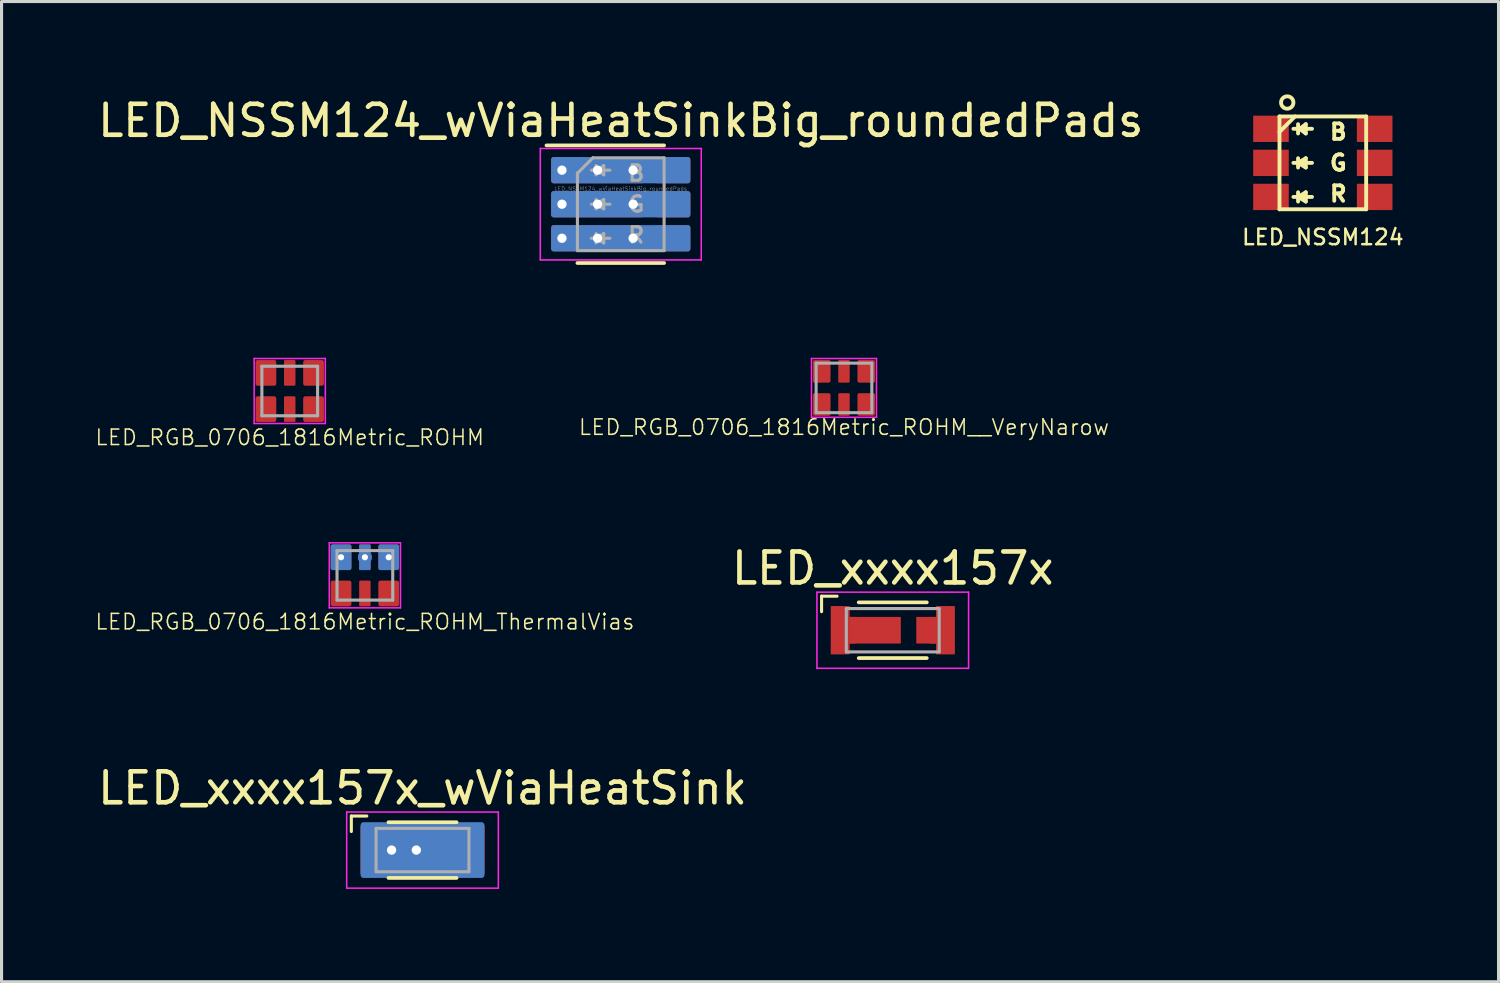
<source format=kicad_pcb>
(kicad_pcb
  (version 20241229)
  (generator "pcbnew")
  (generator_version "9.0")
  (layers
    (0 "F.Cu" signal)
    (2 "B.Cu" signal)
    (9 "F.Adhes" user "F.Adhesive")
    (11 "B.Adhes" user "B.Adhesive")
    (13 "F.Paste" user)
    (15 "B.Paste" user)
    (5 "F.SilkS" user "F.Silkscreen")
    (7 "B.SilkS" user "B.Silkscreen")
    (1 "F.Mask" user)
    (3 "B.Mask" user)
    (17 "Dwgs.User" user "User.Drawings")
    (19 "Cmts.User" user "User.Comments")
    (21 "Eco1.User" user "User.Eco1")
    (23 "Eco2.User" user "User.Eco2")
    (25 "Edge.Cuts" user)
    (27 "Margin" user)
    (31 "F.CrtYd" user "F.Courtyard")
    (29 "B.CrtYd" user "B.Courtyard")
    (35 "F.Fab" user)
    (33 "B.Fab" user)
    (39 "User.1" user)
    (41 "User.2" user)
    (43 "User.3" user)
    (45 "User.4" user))
  (footprint "LED_xxxx157x_wViaHeatSink"
    (layer "F.Cu")
    (at 10.601 24.415)
    (property "Reference" "LED_xxxx157x_wViaHeatSink" (at 0 -2 0) (layer "F.SilkS") (effects (font (size 1 1) (thickness 0.15))))
    (attr smd)
    (fp_line (start -2.3 -1.1) (end -2.3 -0.6) (stroke (width 0.1) (type solid)) (layer "F.SilkS"))
    (fp_line (start -1.8 -1.1) (end -2.3 -1.1) (stroke (width 0.1) (type solid)) (layer "F.SilkS"))
    (fp_line (start -1.1 -0.9) (end 1.1 -0.9) (stroke (width 0.12) (type solid)) (layer "F.SilkS"))
    (fp_line (start 1.1 0.9) (end -1.1 0.9) (stroke (width 0.12) (type solid)) (layer "F.SilkS"))
    (fp_line (start -2.45 -1.23) (end 2.45 -1.23) (stroke (width 0.05) (type solid)) (layer "F.CrtYd"))
    (fp_line (start -2.45 1.23) (end -2.45 -1.23) (stroke (width 0.05) (type solid)) (layer "F.CrtYd"))
    (fp_line (start 2.45 -1.23) (end 2.45 1.23) (stroke (width 0.05) (type solid)) (layer "F.CrtYd"))
    (fp_line (start 2.45 1.23) (end -2.45 1.23) (stroke (width 0.05) (type solid)) (layer "F.CrtYd"))
    (fp_line (start -1.5 -0.7) (end -1.5 0.7) (stroke (width 0.1) (type solid)) (layer "F.Fab"))
    (fp_line (start -1.5 0.7) (end 1.5 0.7) (stroke (width 0.1) (type solid)) (layer "F.Fab"))
    (fp_line (start 1.5 -0.7) (end -1.5 -0.7) (stroke (width 0.1) (type solid)) (layer "F.Fab"))
    (fp_line (start 1.5 0.7) (end 1.5 -0.7) (stroke (width 0.1) (type solid)) (layer "F.Fab"))
    (pad "" smd rect (at -1.3 0) (size 0.2 0.86) (layers "F.Paste"))
    (pad "" smd rect (at -0.52 0) (size 1.36 0.66) (layers "F.Paste"))
    (pad "" smd rect (at 1.03 0) (size 0.34 0.66) (layers "F.Paste"))
    (pad "" smd rect (at 1.3 0) (size 0.2 0.86) (layers "F.Paste"))
    (pad "1" smd rect (at -1.7 0) (size 0.6 1.55) (layers "F.Cu" "F.Mask"))
    (pad "1" smd rect (at -1.7 0) (size 0.6 1.55) (layers "F.Cu" "F.Paste"))
    (pad "1" thru_hole circle (at -1 0) (size 0.3 0.3) (drill 0.3) (layers "*.Cu"))
    (pad "1" smd rect (at -0.57 0) (size 1.66 0.86) (layers "F.Cu" "F.Mask"))
    (pad "1" thru_hole circle (at -0.2 0) (size 0.3 0.3) (drill 0.3) (layers "*.Cu"))
    (pad "1" smd roundrect (at 0 0) (size 4 1.8) (layers "B.Cu") (roundrect_rratio 0.05))
    (pad "2" smd rect (at 1.08 0) (size 0.64 0.86) (layers "F.Cu" "F.Mask"))
    (pad "2" smd rect (at 1.7 0) (size 0.6 1.55) (layers "F.Cu" "F.Mask"))
    (pad "2" smd rect (at 1.7 0) (size 0.6 1.55) (layers "F.Cu" "F.Paste")))
  (footprint "LED_RGB_0706_1816Metric_ROHM__VeryNarow"
    (layer "F.Cu")
    (at 24.218 9.483)
    (property "Reference" "LED_RGB_0706_1816Metric_ROHM__VeryNarow" (at 0 1.27 0) (layer "F.SilkS") (effects (font (size 0.5 0.5) (thickness 0.05))))
    (attr through_hole)
    (fp_line (start -1.05 -0.95) (end 1.05 -0.95) (stroke (width 0.05) (type solid)) (layer "F.CrtYd"))
    (fp_line (start -1.05 0.95) (end -1.05 -0.95) (stroke (width 0.05) (type solid)) (layer "F.CrtYd"))
    (fp_line (start 1.05 -0.95) (end 1.05 0.95) (stroke (width 0.05) (type solid)) (layer "F.CrtYd"))
    (fp_line (start 1.05 0.95) (end -1.05 0.95) (stroke (width 0.05) (type solid)) (layer "F.CrtYd"))
    (fp_line (start -0.9 -0.8) (end 0.9 -0.8) (stroke (width 0.1) (type solid)) (layer "F.Fab"))
    (fp_line (start -0.9 0.8) (end -0.9 -0.8) (stroke (width 0.1) (type solid)) (layer "F.Fab"))
    (fp_line (start 0.9 -0.8) (end 0.9 0.8) (stroke (width 0.1) (type solid)) (layer "F.Fab"))
    (fp_line (start 0.9 0.8) (end -0.9 0.8) (stroke (width 0.1) (type solid)) (layer "F.Fab"))
    (pad "1" smd roundrect (at -0.72 -0.535) (size 0.57 0.73) (layers "F.Cu" "F.Mask" "F.Paste") (roundrect_rratio 0.1))
    (pad "2" smd roundrect (at 0 -0.535) (size 0.37 0.73) (layers "F.Cu" "F.Mask" "F.Paste") (roundrect_rratio 0.1))
    (pad "3" smd roundrect (at 0.72 -0.535) (size 0.57 0.73) (layers "F.Cu" "F.Mask" "F.Paste") (roundrect_rratio 0.1))
    (pad "4" smd roundrect (at -0.72 0.535) (size 0.57 0.73) (layers "F.Cu" "F.Mask" "F.Paste") (roundrect_rratio 0.1))
    (pad "5" smd roundrect (at 0 0.535) (size 0.37 0.73) (layers "F.Cu" "F.Mask" "F.Paste") (roundrect_rratio 0.1))
    (pad "6" smd roundrect (at 0.72 0.535) (size 0.57 0.73) (layers "F.Cu" "F.Mask" "F.Paste") (roundrect_rratio 0.1)))
  (footprint "LED_NSSM124_wViaHeatSinkBig_roundedPads"
    (layer "F.Cu")
    (at 17.006 3.548)
    (property "Reference" "LED_NSSM124_wViaHeatSinkBig_roundedPads" (at 0 -2.7 0) (layer "F.SilkS") (effects (font (size 1 1) (thickness 0.15))))
    (attr smd)
    (fp_line (start 1.4 -1.9) (end -2.4 -1.9) (stroke (width 0.12) (type solid)) (layer "F.SilkS"))
    (fp_line (start 1.4 1.9) (end -1.4 1.9) (stroke (width 0.12) (type solid)) (layer "F.SilkS"))
    (fp_line (start -2.6 -1.8) (end 2.6 -1.8) (stroke (width 0.05) (type solid)) (layer "F.CrtYd"))
    (fp_line (start -2.6 1.8) (end -2.6 -1.8) (stroke (width 0.05) (type solid)) (layer "F.CrtYd"))
    (fp_line (start 2.6 -1.8) (end 2.6 1.8) (stroke (width 0.05) (type solid)) (layer "F.CrtYd"))
    (fp_line (start 2.6 1.8) (end -2.6 1.8) (stroke (width 0.05) (type solid)) (layer "F.CrtYd"))
    (fp_line (start -1.4 1.5) (end -1.4 -1) (stroke (width 0.1) (type solid)) (layer "F.Fab"))
    (fp_line (start -0.95 -1.1) (end -0.85 -1.1) (stroke (width 0.1) (type solid)) (layer "F.Fab"))
    (fp_line (start -0.95 0) (end -0.8 0) (stroke (width 0.1) (type solid)) (layer "F.Fab"))
    (fp_line (start -0.95 1.1) (end -0.8 1.1) (stroke (width 0.1) (type solid)) (layer "F.Fab"))
    (fp_line (start -0.9 -1.5) (end -1.4 -1) (stroke (width 0.1) (type solid)) (layer "F.Fab"))
    (fp_line (start -0.9 -1.5) (end 1.4 -1.5) (stroke (width 0.1) (type solid)) (layer "F.Fab"))
    (fp_line (start -0.8 -1.25) (end -0.8 -0.95) (stroke (width 0.1) (type solid)) (layer "F.Fab"))
    (fp_line (start -0.8 -0.15) (end -0.8 0.15) (stroke (width 0.1) (type solid)) (layer "F.Fab"))
    (fp_line (start -0.8 0) (end -0.55 -0.15) (stroke (width 0.1) (type solid)) (layer "F.Fab"))
    (fp_line (start -0.8 0) (end -0.35 0) (stroke (width 0.1) (type solid)) (layer "F.Fab"))
    (fp_line (start -0.8 0.95) (end -0.8 1.25) (stroke (width 0.1) (type solid)) (layer "F.Fab"))
    (fp_line (start -0.8 1.1) (end -0.55 0.95) (stroke (width 0.1) (type solid)) (layer "F.Fab"))
    (fp_line (start -0.8 1.1) (end -0.35 1.1) (stroke (width 0.1) (type solid)) (layer "F.Fab"))
    (fp_line (start -0.75 -1.1) (end -0.55 -1.25) (stroke (width 0.1) (type solid)) (layer "F.Fab"))
    (fp_line (start -0.75 -1.1) (end -0.35 -1.1) (stroke (width 0.1) (type solid)) (layer "F.Fab"))
    (fp_line (start -0.55 -1.25) (end -0.55 -0.95) (stroke (width 0.1) (type solid)) (layer "F.Fab"))
    (fp_line (start -0.55 -0.95) (end -0.75 -1.1) (stroke (width 0.1) (type solid)) (layer "F.Fab"))
    (fp_line (start -0.55 -0.15) (end -0.55 0.15) (stroke (width 0.1) (type solid)) (layer "F.Fab"))
    (fp_line (start -0.55 0.15) (end -0.8 0) (stroke (width 0.1) (type solid)) (layer "F.Fab"))
    (fp_line (start -0.55 0.95) (end -0.55 1.25) (stroke (width 0.1) (type solid)) (layer "F.Fab"))
    (fp_line (start -0.55 1.25) (end -0.8 1.1) (stroke (width 0.1) (type solid)) (layer "F.Fab"))
    (fp_line (start 1.4 -1.5) (end 1.4 1.5) (stroke (width 0.1) (type solid)) (layer "F.Fab"))
    (fp_line (start 1.4 1.5) (end -1.4 1.5) (stroke (width 0.1) (type solid)) (layer "F.Fab"))
    (fp_text user "G" (at 0.5 0 0) (layer "F.Fab") (effects (font (size 0.5 0.5) (thickness 0.1))))
    (fp_text user "B" (at 0.5 -1 0) (layer "F.Fab") (effects (font (size 0.5 0.5) (thickness 0.1))))
    (fp_text user "R" (at 0.5 1 0) (layer "F.Fab") (effects (font (size 0.5 0.5) (thickness 0.1))))
    (fp_text user "${REFERENCE}" (at 0 -0.5 0) (layer "F.Fab") (effects (font (size 0.127 0.127) (thickness 0.01))))
    (pad "" smd roundrect (at -1.675 -1.1) (size 1.15 0.85) (layers "F.Mask" "F.Paste") (roundrect_rratio 0.1))
    (pad "" smd roundrect (at -1.675 0) (size 1.15 0.85) (layers "F.Mask" "F.Paste") (roundrect_rratio 0.1))
    (pad "" smd roundrect (at -1.675 1.1) (size 1.15 0.85) (layers "F.Mask" "F.Paste") (roundrect_rratio 0.1))
    (pad "1" thru_hole circle (at -1.9 -1.1) (size 0.3 0.3) (drill 0.3) (layers "*.Cu"))
    (pad "1" thru_hole circle (at -0.75 -1.1) (size 0.3 0.3) (drill 0.3) (layers "*.Cu"))
    (pad "1" smd roundrect (at -0.75 -1.1) (size 3 0.85) (layers "F.Cu") (roundrect_rratio 0.1))
    (pad "1" smd roundrect (at 0 -1.1) (size 4.5 0.85) (layers "B.Cu") (roundrect_rratio 0.1))
    (pad "1" thru_hole circle (at 0.4 -1.1) (size 0.3 0.3) (drill 0.3) (layers "*.Cu"))
    (pad "2" thru_hole circle (at -1.9 0) (size 0.3 0.3) (drill 0.3) (layers "*.Cu"))
    (pad "2" thru_hole circle (at -0.75 0) (size 0.3 0.3) (drill 0.3) (layers "*.Cu"))
    (pad "2" smd roundrect (at -0.75 0) (size 3 0.85) (layers "F.Cu") (roundrect_rratio 0.1))
    (pad "2" smd roundrect (at 0 0) (size 4.5 0.85) (layers "B.Cu") (roundrect_rratio 0.1))
    (pad "2" thru_hole circle (at 0.4 0) (size 0.3 0.3) (drill 0.3) (layers "*.Cu"))
    (pad "3" thru_hole circle (at -1.9 1.1) (size 0.3 0.3) (drill 0.3) (layers "*.Cu"))
    (pad "3" thru_hole circle (at -0.75 1.1) (size 0.3 0.3) (drill 0.3) (layers "*.Cu"))
    (pad "3" smd roundrect (at -0.75 1.1) (size 3 0.85) (layers "F.Cu") (roundrect_rratio 0.1))
    (pad "3" smd roundrect (at 0 1.1) (size 4.5 0.85) (layers "B.Cu") (roundrect_rratio 0.1))
    (pad "3" thru_hole circle (at 0.4 1.1) (size 0.3 0.3) (drill 0.3) (layers "*.Cu"))
    (pad "4" smd roundrect (at 1.675 1.1) (size 1.15 0.85) (layers "F.Cu" "F.Mask" "F.Paste") (roundrect_rratio 0.1))
    (pad "5" smd roundrect (at 1.675 0) (size 1.15 0.85) (layers "F.Cu" "F.Mask" "F.Paste") (roundrect_rratio 0.1))
    (pad "6" smd roundrect (at 1.675 -1.1) (size 1.15 0.85) (layers "F.Cu" "F.Mask" "F.Paste") (roundrect_rratio 0.1)))
  (footprint "LED_RGB_0706_1816Metric_ROHM"
    (layer "F.Cu")
    (at 6.311 9.583)
    (property "Reference" "LED_RGB_0706_1816Metric_ROHM" (at 0 1.5 0) (layer "F.SilkS") (effects (font (size 0.5 0.5) (thickness 0.05))))
    (attr through_hole)
    (fp_line (start -1.15 -1.05) (end 1.15 -1.05) (stroke (width 0.05) (type solid)) (layer "F.CrtYd"))
    (fp_line (start -1.15 1.05) (end -1.15 -1.05) (stroke (width 0.05) (type solid)) (layer "F.CrtYd"))
    (fp_line (start 1.15 -1.05) (end 1.15 1.05) (stroke (width 0.05) (type solid)) (layer "F.CrtYd"))
    (fp_line (start 1.15 1.05) (end -1.15 1.05) (stroke (width 0.05) (type solid)) (layer "F.CrtYd"))
    (fp_line (start -0.9 -0.8) (end 0.9 -0.8) (stroke (width 0.1) (type solid)) (layer "F.Fab"))
    (fp_line (start -0.9 0.8) (end -0.9 -0.8) (stroke (width 0.1) (type solid)) (layer "F.Fab"))
    (fp_line (start 0.9 -0.8) (end 0.9 0.8) (stroke (width 0.1) (type solid)) (layer "F.Fab"))
    (fp_line (start 0.9 0.8) (end -0.9 0.8) (stroke (width 0.1) (type solid)) (layer "F.Fab"))
    (pad "1" smd roundrect (at -0.77 -0.585) (size 0.67 0.83) (layers "F.Cu" "F.Mask" "F.Paste") (roundrect_rratio 0.1))
    (pad "2" smd roundrect (at 0 -0.585) (size 0.37 0.83) (layers "F.Cu" "F.Mask" "F.Paste") (roundrect_rratio 0.1))
    (pad "3" smd roundrect (at 0.77 -0.585) (size 0.67 0.83) (layers "F.Cu" "F.Mask" "F.Paste") (roundrect_rratio 0.1))
    (pad "4" smd roundrect (at -0.77 0.585) (size 0.67 0.83) (layers "F.Cu" "F.Mask" "F.Paste") (roundrect_rratio 0.1))
    (pad "5" smd roundrect (at 0 0.585) (size 0.37 0.83) (layers "F.Cu" "F.Mask" "F.Paste") (roundrect_rratio 0.1))
    (pad "6" smd roundrect (at 0.77 0.585) (size 0.67 0.83) (layers "F.Cu" "F.Mask" "F.Paste") (roundrect_rratio 0.1)))
  (footprint "LED_NSSM124"
    (layer "F.Cu")
    (at 39.689 2.212)
    (property "Reference" "LED_NSSM124" (at 0 2.4 0) (layer "F.SilkS") (effects (font (size 0.5 0.5) (thickness 0.08))))
    (attr smd)
    (fp_line (start -1.4 -1.5) (end 1.4 -1.5) (stroke (width 0.125) (type solid)) (layer "F.SilkS"))
    (fp_line (start -1.4 1.5) (end -1.4 -1.5) (stroke (width 0.125) (type solid)) (layer "F.SilkS"))
    (fp_line (start -0.95 -1.1) (end -0.85 -1.1) (stroke (width 0.125) (type solid)) (layer "F.SilkS"))
    (fp_line (start -0.95 0) (end -0.8 0) (stroke (width 0.125) (type solid)) (layer "F.SilkS"))
    (fp_line (start -0.95 1.1) (end -0.8 1.1) (stroke (width 0.125) (type solid)) (layer "F.SilkS"))
    (fp_line (start -0.9 -1.5) (end -1.4 -1) (stroke (width 0.125) (type solid)) (layer "F.SilkS"))
    (fp_line (start -0.8 -1.25) (end -0.8 -0.95) (stroke (width 0.125) (type solid)) (layer "F.SilkS"))
    (fp_line (start -0.8 -0.15) (end -0.8 0.15) (stroke (width 0.125) (type solid)) (layer "F.SilkS"))
    (fp_line (start -0.8 0) (end -0.55 -0.15) (stroke (width 0.125) (type solid)) (layer "F.SilkS"))
    (fp_line (start -0.8 0) (end -0.35 0) (stroke (width 0.125) (type solid)) (layer "F.SilkS"))
    (fp_line (start -0.8 0.95) (end -0.8 1.25) (stroke (width 0.125) (type solid)) (layer "F.SilkS"))
    (fp_line (start -0.8 1.1) (end -0.55 0.95) (stroke (width 0.125) (type solid)) (layer "F.SilkS"))
    (fp_line (start -0.8 1.1) (end -0.35 1.1) (stroke (width 0.125) (type solid)) (layer "F.SilkS"))
    (fp_line (start -0.75 -1.1) (end -0.55 -1.25) (stroke (width 0.125) (type solid)) (layer "F.SilkS"))
    (fp_line (start -0.75 -1.1) (end -0.35 -1.1) (stroke (width 0.125) (type solid)) (layer "F.SilkS"))
    (fp_line (start -0.55 -1.25) (end -0.55 -0.95) (stroke (width 0.125) (type solid)) (layer "F.SilkS"))
    (fp_line (start -0.55 -0.95) (end -0.75 -1.1) (stroke (width 0.125) (type solid)) (layer "F.SilkS"))
    (fp_line (start -0.55 -0.15) (end -0.55 0.15) (stroke (width 0.125) (type solid)) (layer "F.SilkS"))
    (fp_line (start -0.55 0.15) (end -0.8 0) (stroke (width 0.125) (type solid)) (layer "F.SilkS"))
    (fp_line (start -0.55 0.95) (end -0.55 1.25) (stroke (width 0.125) (type solid)) (layer "F.SilkS"))
    (fp_line (start -0.55 1.25) (end -0.8 1.1) (stroke (width 0.125) (type solid)) (layer "F.SilkS"))
    (fp_line (start 1.4 -1.5) (end 1.4 1.5) (stroke (width 0.125) (type solid)) (layer "F.SilkS"))
    (fp_line (start 1.4 1.5) (end -1.4 1.5) (stroke (width 0.125) (type solid)) (layer "F.SilkS"))
    (fp_circle (center -1.15 -1.95) (end -0.95 -1.95) (stroke (width 0.125) (type solid)) (fill no) (layer "F.SilkS"))
    (fp_text user "R" (at 0.5 1 0) (layer "F.SilkS") (effects (font (size 0.5 0.5) (thickness 0.125))))
    (fp_text user "G" (at 0.5 0 0) (layer "F.SilkS") (effects (font (size 0.5 0.5) (thickness 0.125))))
    (fp_text user "B" (at 0.5 -1 0) (layer "F.SilkS") (effects (font (size 0.5 0.5) (thickness 0.125))))
    (pad "1" smd rect (at -1.675 -1.1) (size 1.15 0.85) (layers "F.Cu" "F.Mask" "F.Paste"))
    (pad "2" smd rect (at -1.675 0) (size 1.15 0.85) (layers "F.Cu" "F.Mask" "F.Paste"))
    (pad "3" smd rect (at -1.675 1.1) (size 1.15 0.85) (layers "F.Cu" "F.Mask" "F.Paste"))
    (pad "4" smd rect (at 1.675 1.1) (size 1.15 0.85) (layers "F.Cu" "F.Mask" "F.Paste"))
    (pad "5" smd rect (at 1.675 0) (size 1.15 0.85) (layers "F.Cu" "F.Mask" "F.Paste"))
    (pad "6" smd rect (at 1.675 -1.1) (size 1.15 0.85) (layers "F.Cu" "F.Mask" "F.Paste")))
  (footprint "LED_RGB_0706_1816Metric_ROHM_ThermalVias"
    (layer "F.Cu")
    (at 8.739 15.539)
    (property "Reference" "LED_RGB_0706_1816Metric_ROHM_ThermalVias" (at 0 1.5 0) (layer "F.SilkS") (effects (font (size 0.5 0.5) (thickness 0.05))))
    (attr through_hole)
    (fp_line (start -1.15 -1.05) (end 1.15 -1.05) (stroke (width 0.05) (type solid)) (layer "F.CrtYd"))
    (fp_line (start -1.15 1.05) (end -1.15 -1.05) (stroke (width 0.05) (type solid)) (layer "F.CrtYd"))
    (fp_line (start 1.15 -1.05) (end 1.15 1.05) (stroke (width 0.05) (type solid)) (layer "F.CrtYd"))
    (fp_line (start 1.15 1.05) (end -1.15 1.05) (stroke (width 0.05) (type solid)) (layer "F.CrtYd"))
    (fp_line (start -0.9 -0.8) (end 0.9 -0.8) (stroke (width 0.1) (type solid)) (layer "F.Fab"))
    (fp_line (start -0.9 0.8) (end -0.9 -0.8) (stroke (width 0.1) (type solid)) (layer "F.Fab"))
    (fp_line (start 0.9 -0.8) (end 0.9 0.8) (stroke (width 0.1) (type solid)) (layer "F.Fab"))
    (fp_line (start 0.9 0.8) (end -0.9 0.8) (stroke (width 0.1) (type solid)) (layer "F.Fab"))
    (pad "1" thru_hole circle (at -0.77 -0.585) (size 0.45 0.45) (drill 0.2) (layers "*.Cu"))
    (pad "1" smd roundrect (at -0.77 -0.585) (size 0.67 0.83) (layers "F.Cu" "F.Mask" "F.Paste") (roundrect_rratio 0.1))
    (pad "1" smd roundrect (at -0.77 -0.585) (size 0.67 0.83) (layers "B.Cu") (roundrect_rratio 0.1))
    (pad "2" smd roundrect (at 0 -0.585) (size 0.37 0.83) (layers "F.Cu" "F.Mask" "F.Paste") (roundrect_rratio 0.1))
    (pad "2" smd roundrect (at 0 -0.585) (size 0.37 0.83) (layers "B.Cu") (roundrect_rratio 0.1))
    (pad "2" thru_hole circle (at 0 -0.585) (size 0.45 0.45) (drill 0.2) (layers "*.Cu"))
    (pad "3" thru_hole circle (at 0.77 -0.585) (size 0.45 0.45) (drill 0.2) (layers "*.Cu"))
    (pad "3" smd roundrect (at 0.77 -0.585) (size 0.67 0.83) (layers "F.Cu" "F.Mask" "F.Paste") (roundrect_rratio 0.1))
    (pad "3" smd roundrect (at 0.77 -0.585) (size 0.67 0.83) (layers "B.Cu") (roundrect_rratio 0.1))
    (pad "4" smd roundrect (at -0.77 0.585) (size 0.67 0.83) (layers "F.Cu" "F.Mask" "F.Paste") (roundrect_rratio 0.1))
    (pad "5" smd roundrect (at 0 0.585) (size 0.37 0.83) (layers "F.Cu" "F.Mask" "F.Paste") (roundrect_rratio 0.1))
    (pad "6" smd roundrect (at 0.77 0.585) (size 0.67 0.83) (layers "F.Cu" "F.Mask" "F.Paste") (roundrect_rratio 0.1)))
  (footprint "LED_xxxx157x"
    (layer "F.Cu")
    (at 25.794 17.312)
    (property "Reference" "LED_xxxx157x" (at 0 -2 0) (layer "F.SilkS") (effects (font (size 1 1) (thickness 0.15))))
    (attr smd)
    (fp_line (start -2.3 -1.1) (end -2.3 -0.6) (stroke (width 0.1) (type solid)) (layer "F.SilkS"))
    (fp_line (start -1.8 -1.1) (end -2.3 -1.1) (stroke (width 0.1) (type solid)) (layer "F.SilkS"))
    (fp_line (start -1.1 -0.9) (end 1.1 -0.9) (stroke (width 0.12) (type solid)) (layer "F.SilkS"))
    (fp_line (start 1.1 0.9) (end -1.1 0.9) (stroke (width 0.12) (type solid)) (layer "F.SilkS"))
    (fp_line (start -2.45 -1.23) (end 2.45 -1.23) (stroke (width 0.05) (type solid)) (layer "F.CrtYd"))
    (fp_line (start -2.45 1.23) (end -2.45 -1.23) (stroke (width 0.05) (type solid)) (layer "F.CrtYd"))
    (fp_line (start 2.45 -1.23) (end 2.45 1.23) (stroke (width 0.05) (type solid)) (layer "F.CrtYd"))
    (fp_line (start 2.45 1.23) (end -2.45 1.23) (stroke (width 0.05) (type solid)) (layer "F.CrtYd"))
    (fp_line (start -1.5 -0.7) (end -1.5 0.7) (stroke (width 0.1) (type solid)) (layer "F.Fab"))
    (fp_line (start -1.5 0.7) (end 1.5 0.7) (stroke (width 0.1) (type solid)) (layer "F.Fab"))
    (fp_line (start 1.5 -0.7) (end -1.5 -0.7) (stroke (width 0.1) (type solid)) (layer "F.Fab"))
    (fp_line (start 1.5 0.7) (end 1.5 -0.7) (stroke (width 0.1) (type solid)) (layer "F.Fab"))
    (pad "1" smd rect (at -1.7 0) (size 0.6 1.55) (layers "F.Cu" "F.Mask"))
    (pad "1" smd rect (at -1.7 0) (size 0.6 1.55) (layers "F.Cu" "F.Paste"))
    (pad "1" smd rect (at -1.3 0) (size 0.2 0.86) (layers "F.Cu" "F.Paste"))
    (pad "1" smd rect (at -0.57 0) (size 1.66 0.86) (layers "F.Cu" "F.Mask"))
    (pad "1" smd rect (at -0.52 0) (size 1.36 0.66) (layers "F.Cu" "F.Paste"))
    (pad "2" smd rect (at 1.03 0) (size 0.34 0.66) (layers "F.Cu" "F.Paste"))
    (pad "2" smd rect (at 1.08 0) (size 0.64 0.86) (layers "F.Cu" "F.Mask"))
    (pad "2" smd rect (at 1.3 0) (size 0.2 0.86) (layers "F.Cu" "F.Paste"))
    (pad "2" smd rect (at 1.7 0) (size 0.6 1.55) (layers "F.Cu" "F.Mask"))
    (pad "2" smd rect (at 1.7 0) (size 0.6 1.55) (layers "F.Cu" "F.Paste")))
  (gr_rect
    (start -3 -3)
    (end 45.366 28.67)
    (stroke (width 0.1) (type default))
    (fill no)
    (layer "Edge.Cuts")))
</source>
